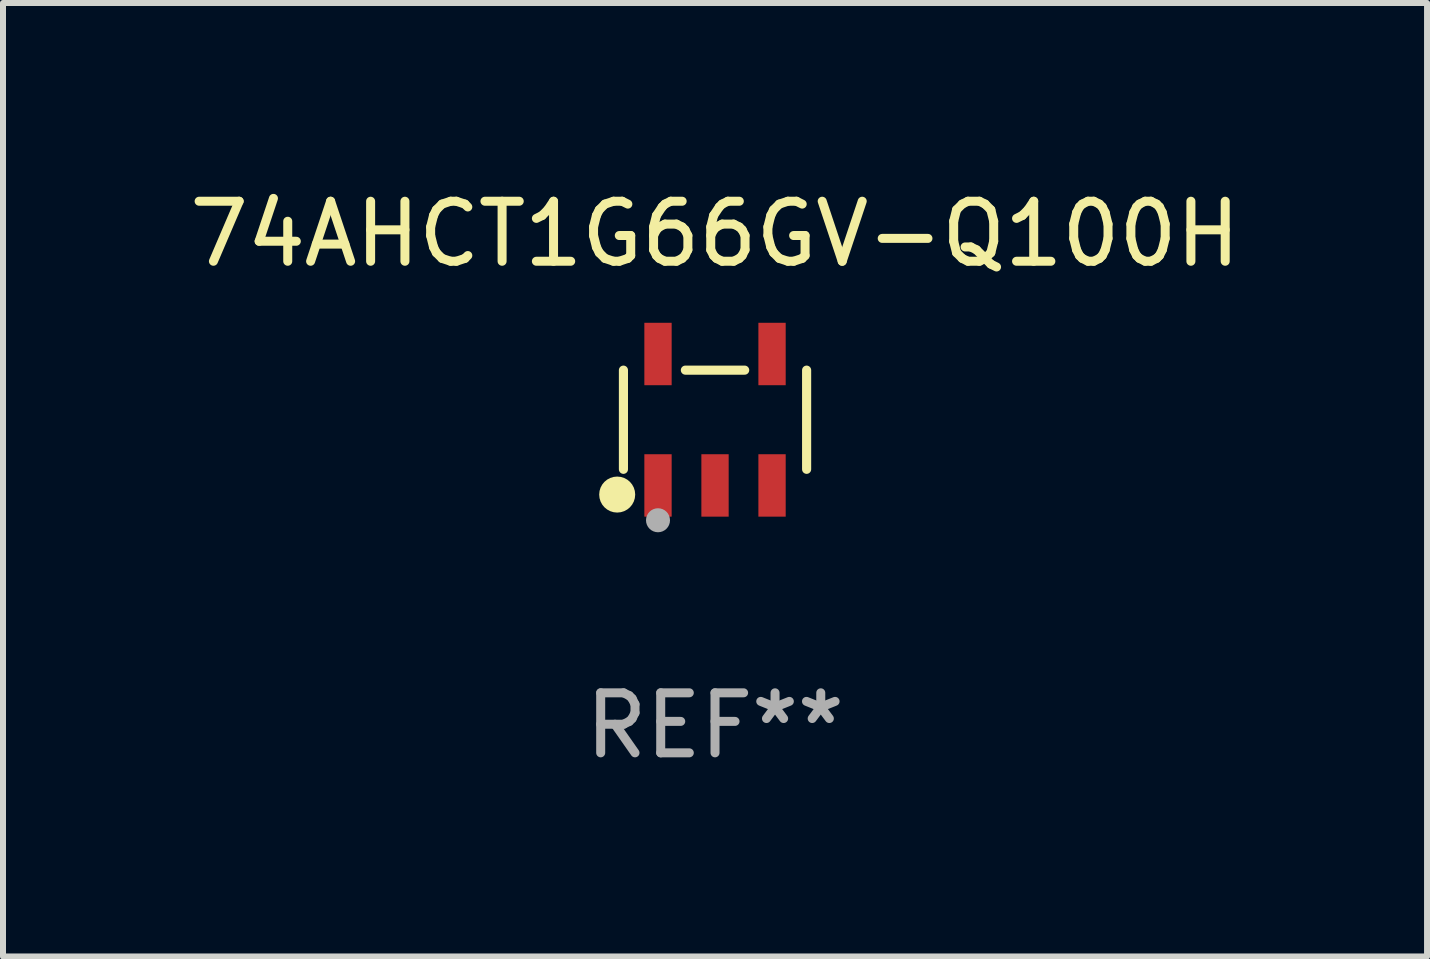
<source format=kicad_pcb>
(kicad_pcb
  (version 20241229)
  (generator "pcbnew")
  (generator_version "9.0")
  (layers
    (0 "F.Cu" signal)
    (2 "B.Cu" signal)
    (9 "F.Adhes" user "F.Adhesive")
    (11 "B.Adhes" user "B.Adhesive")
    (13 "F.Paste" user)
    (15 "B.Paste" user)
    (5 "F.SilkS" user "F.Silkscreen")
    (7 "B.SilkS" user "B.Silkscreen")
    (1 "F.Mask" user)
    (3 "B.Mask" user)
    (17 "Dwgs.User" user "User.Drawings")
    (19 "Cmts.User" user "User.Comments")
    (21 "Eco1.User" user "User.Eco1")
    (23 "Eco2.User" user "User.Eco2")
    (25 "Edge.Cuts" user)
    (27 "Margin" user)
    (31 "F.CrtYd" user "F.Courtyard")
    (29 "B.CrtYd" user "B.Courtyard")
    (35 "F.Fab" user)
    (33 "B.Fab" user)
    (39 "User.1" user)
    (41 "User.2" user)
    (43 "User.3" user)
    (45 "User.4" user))
  (footprint "74AHCT1G66GV-Q100H"
    (layer "F.Cu")
    (at 8.863 3.943)
    (property "Reference" "74AHCT1G66GV-Q100H" (at 0 -3.095 0) (layer "F.SilkS") (effects (font (size 1 1) (thickness 0.15))))
    (attr through_hole)
    (fp_line (start -1.526 0.826) (end -1.526 -0.826) (stroke (width 0.152) (type solid)) (layer "F.SilkS"))
    (fp_line (start 0.494 -0.826) (end -0.494 -0.826) (stroke (width 0.152) (type solid)) (layer "F.SilkS"))
    (fp_line (start 1.526 0.826) (end 1.526 -0.826) (stroke (width 0.152) (type solid)) (layer "F.SilkS"))
    (fp_circle (center -1.63 1.247) (end -1.48 1.247) (stroke (width 0.3) (type solid)) (fill no) (layer "F.SilkS"))
    (fp_circle (center -1.45 1.375) (end -1.42 1.375) (stroke (width 0.06) (type solid)) (fill no) (layer "F.SilkS"))
    (fp_circle (center -0.95 1.675) (end -0.85 1.675) (stroke (width 0.2) (type solid)) (fill no) (layer "F.Fab"))
    (fp_text user "REF**" (at 0 5.095 0) (layer "F.Fab") (effects (font (size 1 1) (thickness 0.15))))
    (pad "1" smd rect (at -0.95 1.095) (size 0.455 1.04) (layers "F.Cu" "F.Mask" "F.Paste"))
    (pad "2" smd rect (at 0 1.095) (size 0.455 1.04) (layers "F.Cu" "F.Mask" "F.Paste"))
    (pad "3" smd rect (at 0.95 1.095) (size 0.455 1.04) (layers "F.Cu" "F.Mask" "F.Paste"))
    (pad "4" smd rect (at 0.95 -1.095) (size 0.455 1.04) (layers "F.Cu" "F.Mask" "F.Paste"))
    (pad "5" smd rect (at -0.95 -1.095) (size 0.455 1.04) (layers "F.Cu" "F.Mask" "F.Paste")))
  (gr_rect
    (start -3 -3)
    (end 20.726 12.886)
    (stroke (width 0.1) (type default))
    (fill no)
    (layer "Edge.Cuts")))
</source>
